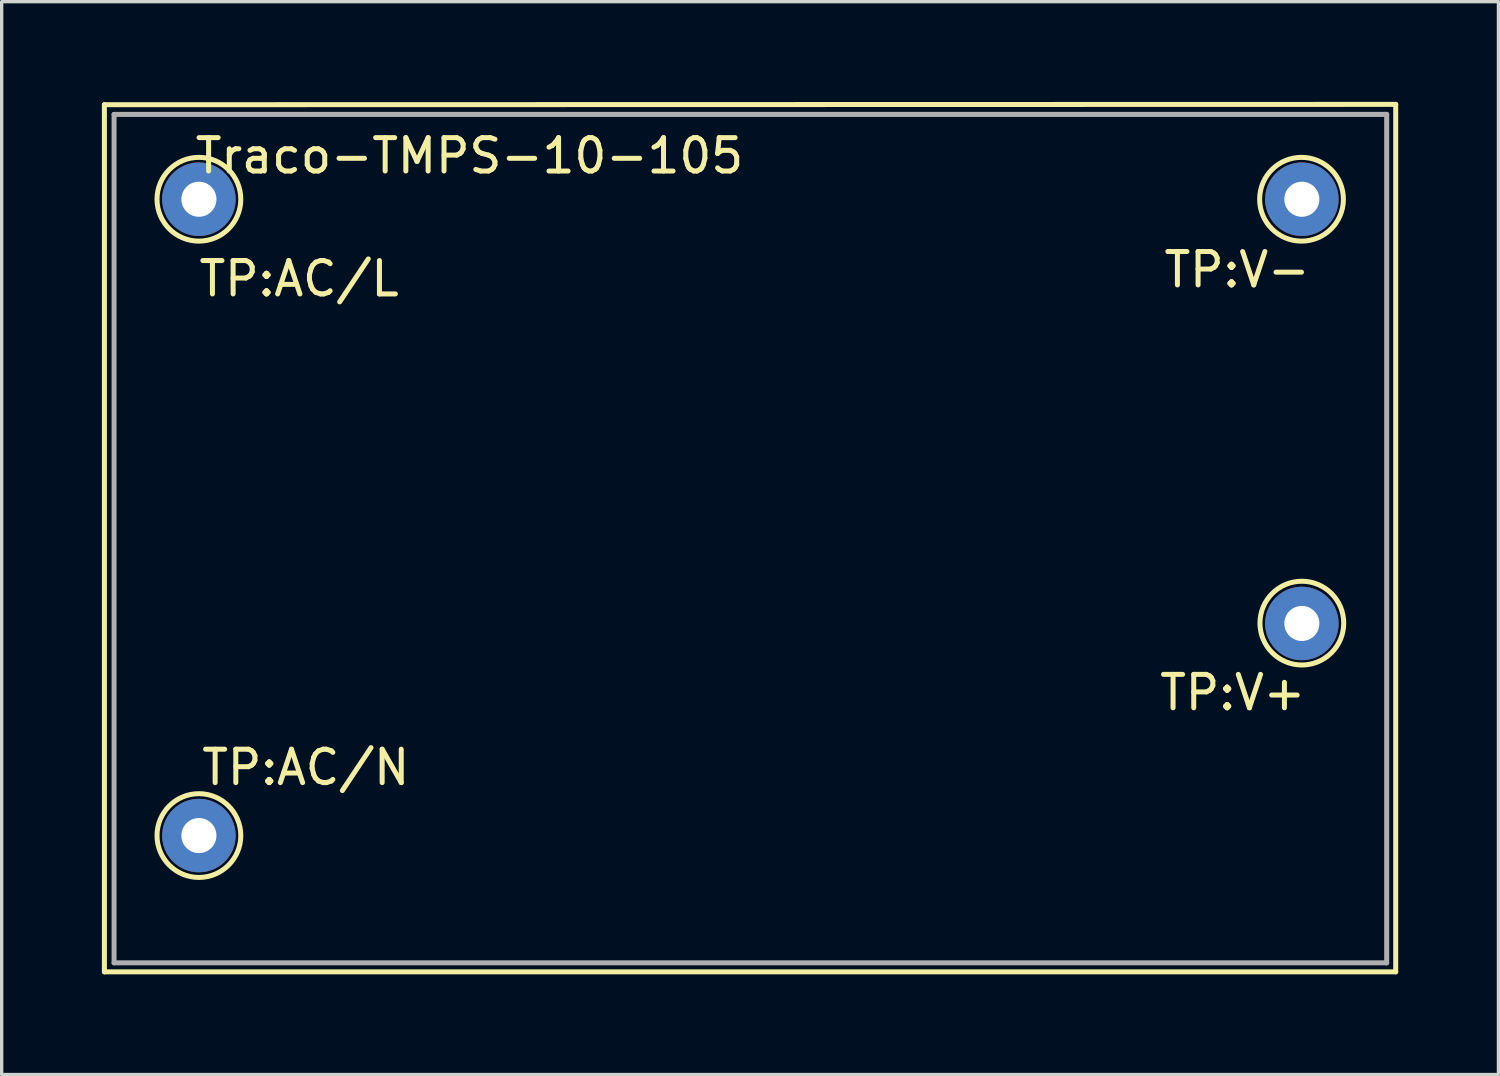
<source format=kicad_pcb>
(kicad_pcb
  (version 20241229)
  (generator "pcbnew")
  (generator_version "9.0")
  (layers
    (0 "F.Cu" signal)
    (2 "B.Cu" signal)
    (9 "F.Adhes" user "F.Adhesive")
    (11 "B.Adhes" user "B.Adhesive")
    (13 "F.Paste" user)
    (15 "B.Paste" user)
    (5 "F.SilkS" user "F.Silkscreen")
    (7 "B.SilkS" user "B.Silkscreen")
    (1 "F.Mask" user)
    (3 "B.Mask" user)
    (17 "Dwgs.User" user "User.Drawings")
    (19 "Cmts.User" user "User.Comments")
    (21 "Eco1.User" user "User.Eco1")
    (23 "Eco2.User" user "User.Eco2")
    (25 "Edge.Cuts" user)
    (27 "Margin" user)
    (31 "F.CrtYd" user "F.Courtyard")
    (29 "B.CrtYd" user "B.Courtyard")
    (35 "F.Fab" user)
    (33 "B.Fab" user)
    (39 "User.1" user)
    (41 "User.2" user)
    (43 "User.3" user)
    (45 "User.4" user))
  (footprint "Traco-TMPS-10-105"
    (layer "F.Cu")
    (at 0.365 25.775)
    (property "Reference" "Traco-TMPS-10-105" (at 10.64 -24.16 0) (layer "F.SilkS") (effects (font (size 1 1) (thickness 0.15))))
    (attr through_hole)
    (fp_line (start -0.29 -25.69) (end 38.37 -25.7) (stroke (width 0.15) (type solid)) (layer "F.SilkS"))
    (fp_line (start -0.29 0.27) (end -0.29 -25.69) (stroke (width 0.15) (type solid)) (layer "F.SilkS"))
    (fp_line (start 38.37 -25.7) (end 38.37 0.27) (stroke (width 0.15) (type solid)) (layer "F.SilkS"))
    (fp_line (start 38.37 0.27) (end -0.29 0.27) (stroke (width 0.15) (type solid)) (layer "F.SilkS"))
    (fp_circle (center 2.54 -22.86) (end 3.79 -22.76) (stroke (width 0.15) (type solid)) (fill no) (layer "F.SilkS"))
    (fp_circle (center 2.54 -3.81) (end 3.79 -3.71) (stroke (width 0.15) (type solid)) (fill no) (layer "F.SilkS"))
    (fp_circle (center 35.55 -22.86) (end 36.8 -22.76) (stroke (width 0.15) (type solid)) (fill no) (layer "F.SilkS"))
    (fp_circle (center 35.56 -10.17) (end 36.81 -10.07) (stroke (width 0.15) (type solid)) (fill no) (layer "F.SilkS"))
    (fp_line (start 0 -25.4) (end 0 0) (stroke (width 0.15) (type solid)) (layer "F.Fab"))
    (fp_line (start 0 0) (end 38.1 0) (stroke (width 0.15) (type solid)) (layer "F.Fab"))
    (fp_line (start 38.1 -25.4) (end 0 -25.4) (stroke (width 0.15) (type solid)) (layer "F.Fab"))
    (fp_line (start 38.1 0) (end 38.1 -25.4) (stroke (width 0.15) (type solid)) (layer "F.Fab"))
    (fp_text user "TP:V-" (at 33.62 -20.75 0) (layer "F.SilkS") (effects (font (size 1 1) (thickness 0.15))))
    (fp_text user "TP:V+" (at 33.49 -8.09 0) (layer "F.SilkS") (effects (font (size 1 1) (thickness 0.15))))
    (fp_text user "TP:AC/L" (at 5.54 -20.48 0) (layer "F.SilkS") (effects (font (size 1 1) (thickness 0.15))))
    (fp_text user "TP:AC/N" (at 5.74 -5.85 0) (layer "F.SilkS") (effects (font (size 1 1) (thickness 0.15))))
    (pad "1" thru_hole circle (at 2.54 -3.81) (size 2.2 2.2) (drill 1.05) (layers "*.Cu" "*.Mask"))
    (pad "2" thru_hole circle (at 2.54 -22.86) (size 2.2 2.2) (drill 1.05) (layers "*.Cu" "*.Mask"))
    (pad "3" thru_hole circle (at 35.56 -22.86) (size 2.2 2.2) (drill 1.05) (layers "*.Cu" "*.Mask"))
    (pad "4" thru_hole circle (at 35.56 -10.16) (size 2.2 2.2) (drill 1.05) (layers "*.Cu" "*.Mask")))
  (gr_rect
    (start -3 -3)
    (end 41.81 29.12)
    (stroke (width 0.1) (type default))
    (fill no)
    (layer "Edge.Cuts")))
</source>
